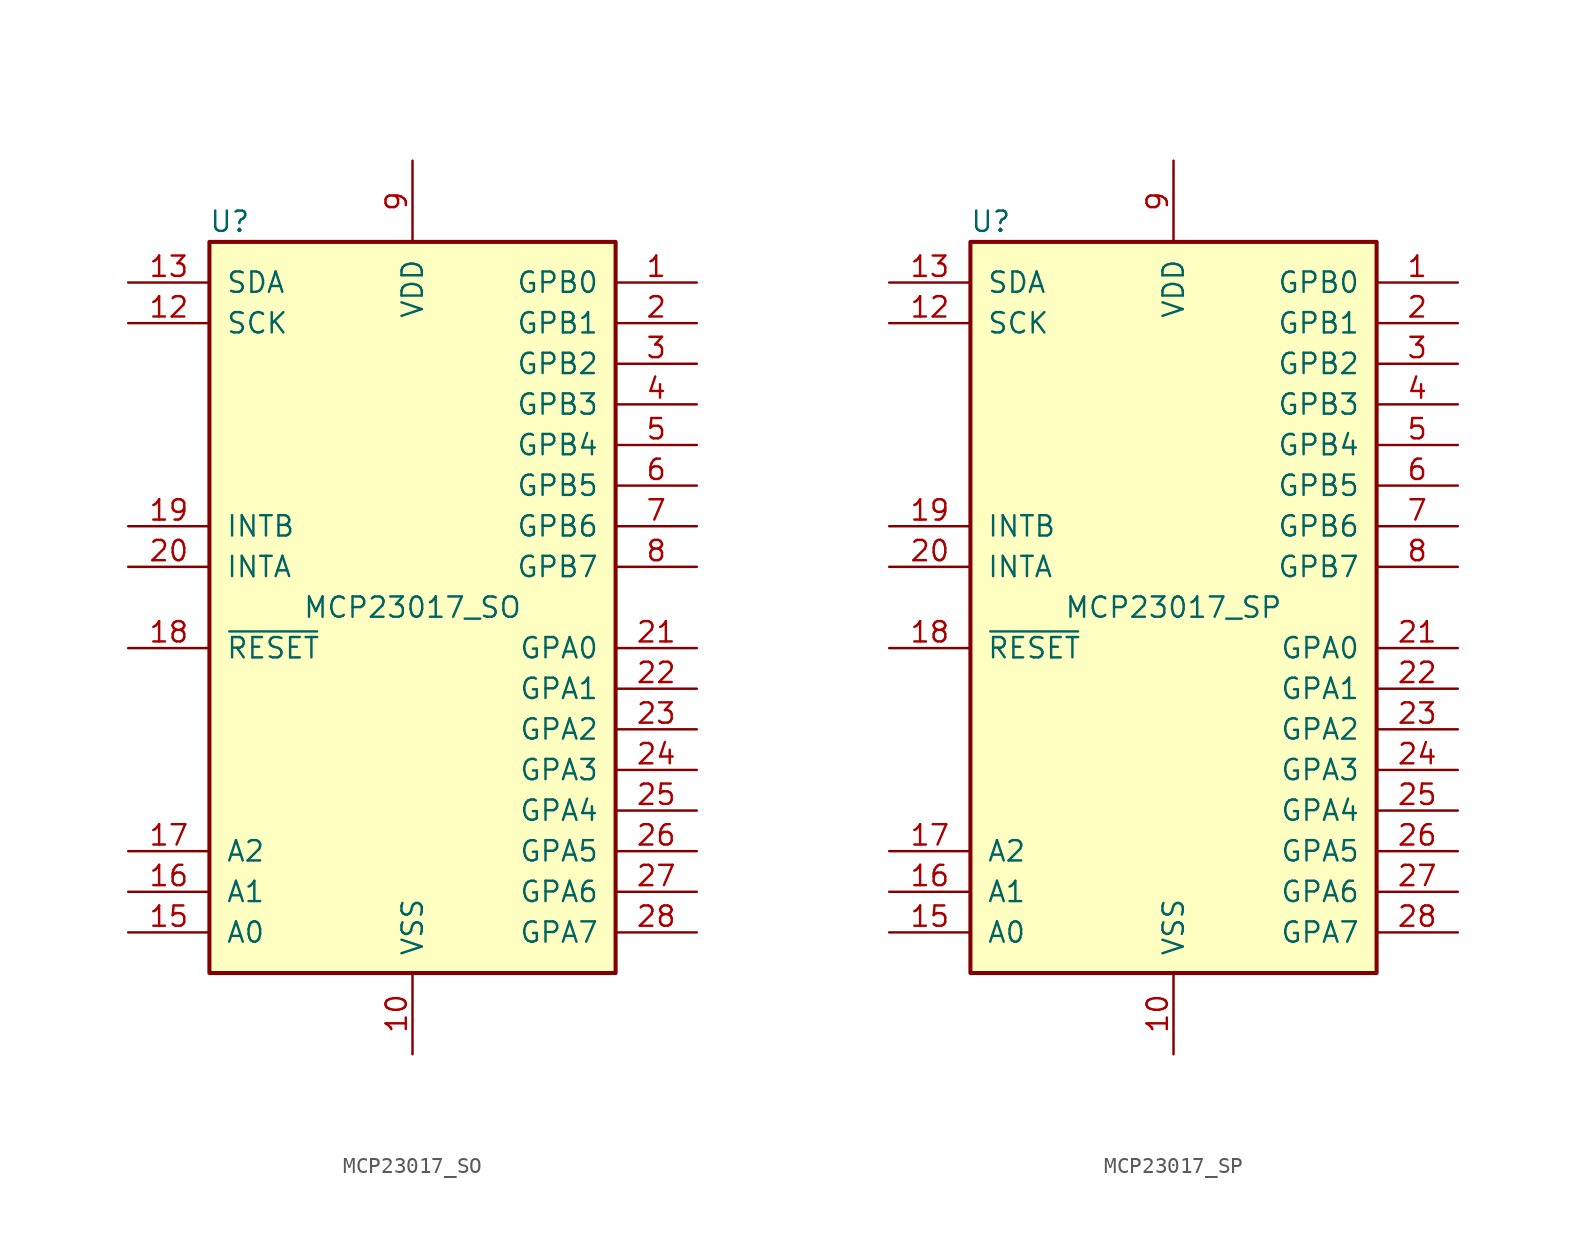
<source format=kicad_sym>
(kicad_symbol_lib
  (version 20201005)
  (generator kicad_symbol_editor)
  (symbol "Interface_Expansion:MCP23017_SO"
    (pin_names
      (offset 1.016))
    (property "Reference" "U"
      (at -11.43 24.13 0)
      (effects (font (size 1.27 1.27))))
    (property "Value" "MCP23017_SO"
      (at 0 0 0)
      (effects (font (size 1.27 1.27))))
    (symbol "MCP23017_SO_0_1"
      (rectangle (start -12.7 22.86) (end 12.7 -22.86) (stroke (width 0.254)) (fill (type background))))
    (symbol "MCP23017_SO_1_1"
      (pin bidirectional line (at 17.78 20.32 180) (length 5.08) (name "GPB0" (effects (font (size 1.27 1.27)))) (number "1" (effects (font (size 1.27 1.27)))))
      (pin power_in line (at 0 -27.94 90) (length 5.08) (name "VSS" (effects (font (size 1.27 1.27)))) (number "10" (effects (font (size 1.27 1.27)))))
      (pin no_connect line (at -12.7 15.24 0) (length 5.08) hide (name "NC" (effects (font (size 1.27 1.27)))) (number "11" (effects (font (size 1.27 1.27)))))
      (pin input line (at -17.78 17.78 0) (length 5.08) (name "SCK" (effects (font (size 1.27 1.27)))) (number "12" (effects (font (size 1.27 1.27)))))
      (pin bidirectional line (at -17.78 20.32 0) (length 5.08) (name "SDA" (effects (font (size 1.27 1.27)))) (number "13" (effects (font (size 1.27 1.27)))))
      (pin no_connect line (at -12.7 12.7 0) (length 5.08) hide (name "NC" (effects (font (size 1.27 1.27)))) (number "14" (effects (font (size 1.27 1.27)))))
      (pin input line (at -17.78 -20.32 0) (length 5.08) (name "A0" (effects (font (size 1.27 1.27)))) (number "15" (effects (font (size 1.27 1.27)))))
      (pin input line (at -17.78 -17.78 0) (length 5.08) (name "A1" (effects (font (size 1.27 1.27)))) (number "16" (effects (font (size 1.27 1.27)))))
      (pin input line (at -17.78 -15.24 0) (length 5.08) (name "A2" (effects (font (size 1.27 1.27)))) (number "17" (effects (font (size 1.27 1.27)))))
      (pin input line (at -17.78 -2.54 0) (length 5.08) (name "~RESET~" (effects (font (size 1.27 1.27)))) (number "18" (effects (font (size 1.27 1.27)))))
      (pin tri_state line (at -17.78 5.08 0) (length 5.08) (name "INTB" (effects (font (size 1.27 1.27)))) (number "19" (effects (font (size 1.27 1.27)))))
      (pin bidirectional line (at 17.78 17.78 180) (length 5.08) (name "GPB1" (effects (font (size 1.27 1.27)))) (number "2" (effects (font (size 1.27 1.27)))))
      (pin tri_state line (at -17.78 2.54 0) (length 5.08) (name "INTA" (effects (font (size 1.27 1.27)))) (number "20" (effects (font (size 1.27 1.27)))))
      (pin bidirectional line (at 17.78 -2.54 180) (length 5.08) (name "GPA0" (effects (font (size 1.27 1.27)))) (number "21" (effects (font (size 1.27 1.27)))))
      (pin bidirectional line (at 17.78 -5.08 180) (length 5.08) (name "GPA1" (effects (font (size 1.27 1.27)))) (number "22" (effects (font (size 1.27 1.27)))))
      (pin bidirectional line (at 17.78 -7.62 180) (length 5.08) (name "GPA2" (effects (font (size 1.27 1.27)))) (number "23" (effects (font (size 1.27 1.27)))))
      (pin bidirectional line (at 17.78 -10.16 180) (length 5.08) (name "GPA3" (effects (font (size 1.27 1.27)))) (number "24" (effects (font (size 1.27 1.27)))))
      (pin bidirectional line (at 17.78 -12.7 180) (length 5.08) (name "GPA4" (effects (font (size 1.27 1.27)))) (number "25" (effects (font (size 1.27 1.27)))))
      (pin bidirectional line (at 17.78 -15.24 180) (length 5.08) (name "GPA5" (effects (font (size 1.27 1.27)))) (number "26" (effects (font (size 1.27 1.27)))))
      (pin bidirectional line (at 17.78 -17.78 180) (length 5.08) (name "GPA6" (effects (font (size 1.27 1.27)))) (number "27" (effects (font (size 1.27 1.27)))))
      (pin bidirectional line (at 17.78 -20.32 180) (length 5.08) (name "GPA7" (effects (font (size 1.27 1.27)))) (number "28" (effects (font (size 1.27 1.27)))))
      (pin bidirectional line (at 17.78 15.24 180) (length 5.08) (name "GPB2" (effects (font (size 1.27 1.27)))) (number "3" (effects (font (size 1.27 1.27)))))
      (pin bidirectional line (at 17.78 12.7 180) (length 5.08) (name "GPB3" (effects (font (size 1.27 1.27)))) (number "4" (effects (font (size 1.27 1.27)))))
      (pin bidirectional line (at 17.78 10.16 180) (length 5.08) (name "GPB4" (effects (font (size 1.27 1.27)))) (number "5" (effects (font (size 1.27 1.27)))))
      (pin bidirectional line (at 17.78 7.62 180) (length 5.08) (name "GPB5" (effects (font (size 1.27 1.27)))) (number "6" (effects (font (size 1.27 1.27)))))
      (pin bidirectional line (at 17.78 5.08 180) (length 5.08) (name "GPB6" (effects (font (size 1.27 1.27)))) (number "7" (effects (font (size 1.27 1.27)))))
      (pin bidirectional line (at 17.78 2.54 180) (length 5.08) (name "GPB7" (effects (font (size 1.27 1.27)))) (number "8" (effects (font (size 1.27 1.27)))))
      (pin power_in line (at 0 27.94 270) (length 5.08) (name "VDD" (effects (font (size 1.27 1.27)))) (number "9" (effects (font (size 1.27 1.27)))))))
  (symbol "Interface_Expansion:MCP23017_SP"
    (pin_names
      (offset 1.016))
    (property "Reference" "U"
      (at -11.43 24.13 0)
      (effects (font (size 1.27 1.27))))
    (property "Value" "MCP23017_SP"
      (at 0 0 0)
      (effects (font (size 1.27 1.27))))
    (symbol "MCP23017_SP_0_1"
      (rectangle (start -12.7 22.86) (end 12.7 -22.86) (stroke (width 0.254)) (fill (type background))))
    (symbol "MCP23017_SP_1_1"
      (pin bidirectional line (at 17.78 20.32 180) (length 5.08) (name "GPB0" (effects (font (size 1.27 1.27)))) (number "1" (effects (font (size 1.27 1.27)))))
      (pin power_in line (at 0 -27.94 90) (length 5.08) (name "VSS" (effects (font (size 1.27 1.27)))) (number "10" (effects (font (size 1.27 1.27)))))
      (pin no_connect line (at -12.7 15.24 0) (length 5.08) hide (name "NC" (effects (font (size 1.27 1.27)))) (number "11" (effects (font (size 1.27 1.27)))))
      (pin input line (at -17.78 17.78 0) (length 5.08) (name "SCK" (effects (font (size 1.27 1.27)))) (number "12" (effects (font (size 1.27 1.27)))))
      (pin bidirectional line (at -17.78 20.32 0) (length 5.08) (name "SDA" (effects (font (size 1.27 1.27)))) (number "13" (effects (font (size 1.27 1.27)))))
      (pin no_connect line (at -12.7 12.7 0) (length 5.08) hide (name "NC" (effects (font (size 1.27 1.27)))) (number "14" (effects (font (size 1.27 1.27)))))
      (pin input line (at -17.78 -20.32 0) (length 5.08) (name "A0" (effects (font (size 1.27 1.27)))) (number "15" (effects (font (size 1.27 1.27)))))
      (pin input line (at -17.78 -17.78 0) (length 5.08) (name "A1" (effects (font (size 1.27 1.27)))) (number "16" (effects (font (size 1.27 1.27)))))
      (pin input line (at -17.78 -15.24 0) (length 5.08) (name "A2" (effects (font (size 1.27 1.27)))) (number "17" (effects (font (size 1.27 1.27)))))
      (pin input line (at -17.78 -2.54 0) (length 5.08) (name "~RESET~" (effects (font (size 1.27 1.27)))) (number "18" (effects (font (size 1.27 1.27)))))
      (pin tri_state line (at -17.78 5.08 0) (length 5.08) (name "INTB" (effects (font (size 1.27 1.27)))) (number "19" (effects (font (size 1.27 1.27)))))
      (pin bidirectional line (at 17.78 17.78 180) (length 5.08) (name "GPB1" (effects (font (size 1.27 1.27)))) (number "2" (effects (font (size 1.27 1.27)))))
      (pin tri_state line (at -17.78 2.54 0) (length 5.08) (name "INTA" (effects (font (size 1.27 1.27)))) (number "20" (effects (font (size 1.27 1.27)))))
      (pin bidirectional line (at 17.78 -2.54 180) (length 5.08) (name "GPA0" (effects (font (size 1.27 1.27)))) (number "21" (effects (font (size 1.27 1.27)))))
      (pin bidirectional line (at 17.78 -5.08 180) (length 5.08) (name "GPA1" (effects (font (size 1.27 1.27)))) (number "22" (effects (font (size 1.27 1.27)))))
      (pin bidirectional line (at 17.78 -7.62 180) (length 5.08) (name "GPA2" (effects (font (size 1.27 1.27)))) (number "23" (effects (font (size 1.27 1.27)))))
      (pin bidirectional line (at 17.78 -10.16 180) (length 5.08) (name "GPA3" (effects (font (size 1.27 1.27)))) (number "24" (effects (font (size 1.27 1.27)))))
      (pin bidirectional line (at 17.78 -12.7 180) (length 5.08) (name "GPA4" (effects (font (size 1.27 1.27)))) (number "25" (effects (font (size 1.27 1.27)))))
      (pin bidirectional line (at 17.78 -15.24 180) (length 5.08) (name "GPA5" (effects (font (size 1.27 1.27)))) (number "26" (effects (font (size 1.27 1.27)))))
      (pin bidirectional line (at 17.78 -17.78 180) (length 5.08) (name "GPA6" (effects (font (size 1.27 1.27)))) (number "27" (effects (font (size 1.27 1.27)))))
      (pin bidirectional line (at 17.78 -20.32 180) (length 5.08) (name "GPA7" (effects (font (size 1.27 1.27)))) (number "28" (effects (font (size 1.27 1.27)))))
      (pin bidirectional line (at 17.78 15.24 180) (length 5.08) (name "GPB2" (effects (font (size 1.27 1.27)))) (number "3" (effects (font (size 1.27 1.27)))))
      (pin bidirectional line (at 17.78 12.7 180) (length 5.08) (name "GPB3" (effects (font (size 1.27 1.27)))) (number "4" (effects (font (size 1.27 1.27)))))
      (pin bidirectional line (at 17.78 10.16 180) (length 5.08) (name "GPB4" (effects (font (size 1.27 1.27)))) (number "5" (effects (font (size 1.27 1.27)))))
      (pin bidirectional line (at 17.78 7.62 180) (length 5.08) (name "GPB5" (effects (font (size 1.27 1.27)))) (number "6" (effects (font (size 1.27 1.27)))))
      (pin bidirectional line (at 17.78 5.08 180) (length 5.08) (name "GPB6" (effects (font (size 1.27 1.27)))) (number "7" (effects (font (size 1.27 1.27)))))
      (pin bidirectional line (at 17.78 2.54 180) (length 5.08) (name "GPB7" (effects (font (size 1.27 1.27)))) (number "8" (effects (font (size 1.27 1.27)))))
      (pin power_in line (at 0 27.94 270) (length 5.08) (name "VDD" (effects (font (size 1.27 1.27)))) (number "9" (effects (font (size 1.27 1.27))))))))
</source>
